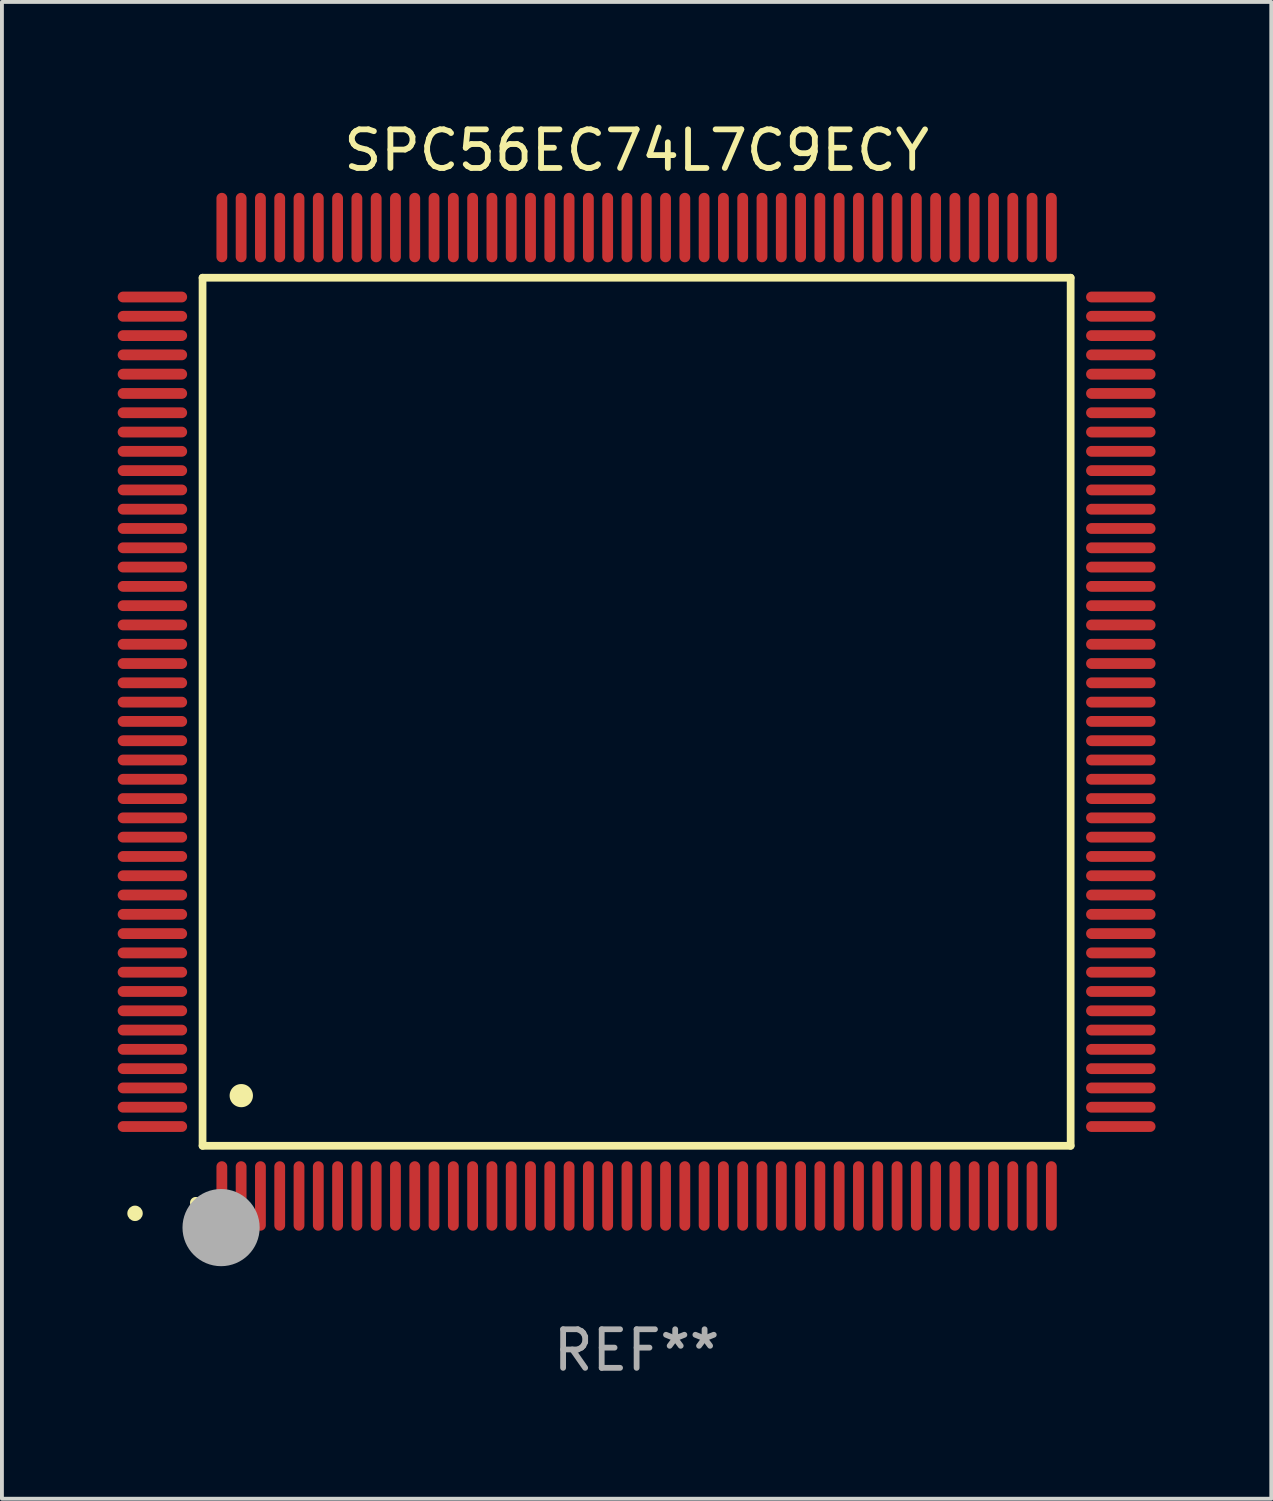
<source format=kicad_pcb>
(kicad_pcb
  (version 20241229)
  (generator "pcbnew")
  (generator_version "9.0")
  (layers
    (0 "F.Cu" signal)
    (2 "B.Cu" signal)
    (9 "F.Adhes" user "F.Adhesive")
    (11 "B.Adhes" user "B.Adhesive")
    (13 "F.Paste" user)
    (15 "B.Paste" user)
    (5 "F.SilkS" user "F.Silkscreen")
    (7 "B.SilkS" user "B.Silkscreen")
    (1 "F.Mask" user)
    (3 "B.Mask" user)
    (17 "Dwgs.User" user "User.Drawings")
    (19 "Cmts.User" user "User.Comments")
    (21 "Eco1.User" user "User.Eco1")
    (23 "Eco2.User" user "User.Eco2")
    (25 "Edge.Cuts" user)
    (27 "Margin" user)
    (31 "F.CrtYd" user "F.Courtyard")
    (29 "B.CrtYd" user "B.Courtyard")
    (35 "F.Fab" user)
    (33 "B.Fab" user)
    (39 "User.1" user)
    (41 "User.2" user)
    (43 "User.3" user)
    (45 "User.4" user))
  (footprint "SPC56EC74L7C9ECY"
    (layer "F.Cu")
    (at 13.45 15.398)
    (property "Reference" "SPC56EC74L7C9ECY" (at 0 -14.55 0) (layer "F.SilkS") (effects (font (size 1 1) (thickness 0.15))))
    (attr through_hole)
    (fp_line (start -11.25 -11.25) (end 11.25 -11.25) (stroke (width 0.2) (type solid)) (layer "F.SilkS"))
    (fp_line (start -11.25 11.25) (end -11.25 -11.25) (stroke (width 0.2) (type solid)) (layer "F.SilkS"))
    (fp_line (start 11.25 -11.25) (end 11.25 11.25) (stroke (width 0.2) (type solid)) (layer "F.SilkS"))
    (fp_line (start 11.25 11.25) (end -11.25 11.25) (stroke (width 0.2) (type solid)) (layer "F.SilkS"))
    (fp_arc (start -11.424943 12.725425) (mid -11.423673 12.72542) (end -11.422403 12.725425) (stroke (width 0.3) (type solid)) (layer "F.SilkS"))
    (fp_arc (start -10.24892 9.9492) (mid -10.24638 9.949189) (end -10.24384 9.9492) (stroke (width 0.6) (type solid)) (layer "F.SilkS"))
    (fp_circle (center -13 13) (end -12.9 13) (stroke (width 0.2) (type solid)) (fill no) (layer "F.SilkS"))
    (fp_circle (center -10.77 13.37) (end -10.27 13.37) (stroke (width 1) (type solid)) (fill no) (layer "F.Fab"))
    (fp_text user "REF**" (at 0 16.55 0) (layer "F.Fab") (effects (font (size 1 1) (thickness 0.15))))
    (pad "1" smd oval (at -10.75 12.55) (size 0.28 1.8) (layers "F.Cu" "F.Mask" "F.Paste"))
    (pad "2" smd oval (at -10.25 12.55) (size 0.28 1.8) (layers "F.Cu" "F.Mask" "F.Paste"))
    (pad "3" smd oval (at -9.75 12.55) (size 0.28 1.8) (layers "F.Cu" "F.Mask" "F.Paste"))
    (pad "4" smd oval (at -9.25 12.55) (size 0.28 1.8) (layers "F.Cu" "F.Mask" "F.Paste"))
    (pad "5" smd oval (at -8.75 12.55) (size 0.28 1.8) (layers "F.Cu" "F.Mask" "F.Paste"))
    (pad "6" smd oval (at -8.25 12.55) (size 0.28 1.8) (layers "F.Cu" "F.Mask" "F.Paste"))
    (pad "7" smd oval (at -7.75 12.55) (size 0.28 1.8) (layers "F.Cu" "F.Mask" "F.Paste"))
    (pad "8" smd oval (at -7.25 12.55) (size 0.28 1.8) (layers "F.Cu" "F.Mask" "F.Paste"))
    (pad "9" smd oval (at -6.75 12.55) (size 0.28 1.8) (layers "F.Cu" "F.Mask" "F.Paste"))
    (pad "10" smd oval (at -6.25 12.55) (size 0.28 1.8) (layers "F.Cu" "F.Mask" "F.Paste"))
    (pad "11" smd oval (at -5.75 12.55) (size 0.28 1.8) (layers "F.Cu" "F.Mask" "F.Paste"))
    (pad "12" smd oval (at -5.25 12.55) (size 0.28 1.8) (layers "F.Cu" "F.Mask" "F.Paste"))
    (pad "13" smd oval (at -4.75 12.55) (size 0.28 1.8) (layers "F.Cu" "F.Mask" "F.Paste"))
    (pad "14" smd oval (at -4.25 12.55) (size 0.28 1.8) (layers "F.Cu" "F.Mask" "F.Paste"))
    (pad "15" smd oval (at -3.75 12.55) (size 0.28 1.8) (layers "F.Cu" "F.Mask" "F.Paste"))
    (pad "16" smd oval (at -3.25 12.55) (size 0.28 1.8) (layers "F.Cu" "F.Mask" "F.Paste"))
    (pad "17" smd oval (at -2.75 12.55) (size 0.28 1.8) (layers "F.Cu" "F.Mask" "F.Paste"))
    (pad "18" smd oval (at -2.25 12.55) (size 0.28 1.8) (layers "F.Cu" "F.Mask" "F.Paste"))
    (pad "19" smd oval (at -1.75 12.55) (size 0.28 1.8) (layers "F.Cu" "F.Mask" "F.Paste"))
    (pad "20" smd oval (at -1.25 12.55) (size 0.28 1.8) (layers "F.Cu" "F.Mask" "F.Paste"))
    (pad "21" smd oval (at -0.75 12.55) (size 0.28 1.8) (layers "F.Cu" "F.Mask" "F.Paste"))
    (pad "22" smd oval (at -0.25 12.55) (size 0.28 1.8) (layers "F.Cu" "F.Mask" "F.Paste"))
    (pad "23" smd oval (at 0.25 12.55) (size 0.28 1.8) (layers "F.Cu" "F.Mask" "F.Paste"))
    (pad "24" smd oval (at 0.75 12.55) (size 0.28 1.8) (layers "F.Cu" "F.Mask" "F.Paste"))
    (pad "25" smd oval (at 1.25 12.55) (size 0.28 1.8) (layers "F.Cu" "F.Mask" "F.Paste"))
    (pad "26" smd oval (at 1.75 12.55) (size 0.28 1.8) (layers "F.Cu" "F.Mask" "F.Paste"))
    (pad "27" smd oval (at 2.25 12.55) (size 0.28 1.8) (layers "F.Cu" "F.Mask" "F.Paste"))
    (pad "28" smd oval (at 2.75 12.55) (size 0.28 1.8) (layers "F.Cu" "F.Mask" "F.Paste"))
    (pad "29" smd oval (at 3.25 12.55) (size 0.28 1.8) (layers "F.Cu" "F.Mask" "F.Paste"))
    (pad "30" smd oval (at 3.75 12.55) (size 0.28 1.8) (layers "F.Cu" "F.Mask" "F.Paste"))
    (pad "31" smd oval (at 4.25 12.55) (size 0.28 1.8) (layers "F.Cu" "F.Mask" "F.Paste"))
    (pad "32" smd oval (at 4.75 12.55) (size 0.28 1.8) (layers "F.Cu" "F.Mask" "F.Paste"))
    (pad "33" smd oval (at 5.25 12.55) (size 0.28 1.8) (layers "F.Cu" "F.Mask" "F.Paste"))
    (pad "34" smd oval (at 5.75 12.55) (size 0.28 1.8) (layers "F.Cu" "F.Mask" "F.Paste"))
    (pad "35" smd oval (at 6.25 12.55) (size 0.28 1.8) (layers "F.Cu" "F.Mask" "F.Paste"))
    (pad "36" smd oval (at 6.75 12.55) (size 0.28 1.8) (layers "F.Cu" "F.Mask" "F.Paste"))
    (pad "37" smd oval (at 7.25 12.55) (size 0.28 1.8) (layers "F.Cu" "F.Mask" "F.Paste"))
    (pad "38" smd oval (at 7.75 12.55) (size 0.28 1.8) (layers "F.Cu" "F.Mask" "F.Paste"))
    (pad "39" smd oval (at 8.25 12.55) (size 0.28 1.8) (layers "F.Cu" "F.Mask" "F.Paste"))
    (pad "40" smd oval (at 8.75 12.55) (size 0.28 1.8) (layers "F.Cu" "F.Mask" "F.Paste"))
    (pad "41" smd oval (at 9.25 12.55) (size 0.28 1.8) (layers "F.Cu" "F.Mask" "F.Paste"))
    (pad "42" smd oval (at 9.75 12.55) (size 0.28 1.8) (layers "F.Cu" "F.Mask" "F.Paste"))
    (pad "43" smd oval (at 10.25 12.55) (size 0.28 1.8) (layers "F.Cu" "F.Mask" "F.Paste"))
    (pad "44" smd oval (at 10.75 12.55) (size 0.28 1.8) (layers "F.Cu" "F.Mask" "F.Paste"))
    (pad "45" smd oval (at 12.55 10.75) (size 1.8 0.28) (layers "F.Cu" "F.Mask" "F.Paste"))
    (pad "46" smd oval (at 12.55 10.25) (size 1.8 0.28) (layers "F.Cu" "F.Mask" "F.Paste"))
    (pad "47" smd oval (at 12.55 9.75) (size 1.8 0.28) (layers "F.Cu" "F.Mask" "F.Paste"))
    (pad "48" smd oval (at 12.55 9.25) (size 1.8 0.28) (layers "F.Cu" "F.Mask" "F.Paste"))
    (pad "49" smd oval (at 12.55 8.75) (size 1.8 0.28) (layers "F.Cu" "F.Mask" "F.Paste"))
    (pad "50" smd oval (at 12.55 8.25) (size 1.8 0.28) (layers "F.Cu" "F.Mask" "F.Paste"))
    (pad "51" smd oval (at 12.55 7.75) (size 1.8 0.28) (layers "F.Cu" "F.Mask" "F.Paste"))
    (pad "52" smd oval (at 12.55 7.25) (size 1.8 0.28) (layers "F.Cu" "F.Mask" "F.Paste"))
    (pad "53" smd oval (at 12.55 6.75) (size 1.8 0.28) (layers "F.Cu" "F.Mask" "F.Paste"))
    (pad "54" smd oval (at 12.55 6.25) (size 1.8 0.28) (layers "F.Cu" "F.Mask" "F.Paste"))
    (pad "55" smd oval (at 12.55 5.75) (size 1.8 0.28) (layers "F.Cu" "F.Mask" "F.Paste"))
    (pad "56" smd oval (at 12.55 5.25) (size 1.8 0.28) (layers "F.Cu" "F.Mask" "F.Paste"))
    (pad "57" smd oval (at 12.55 4.75) (size 1.8 0.28) (layers "F.Cu" "F.Mask" "F.Paste"))
    (pad "58" smd oval (at 12.55 4.25) (size 1.8 0.28) (layers "F.Cu" "F.Mask" "F.Paste"))
    (pad "59" smd oval (at 12.55 3.75) (size 1.8 0.28) (layers "F.Cu" "F.Mask" "F.Paste"))
    (pad "60" smd oval (at 12.55 3.25) (size 1.8 0.28) (layers "F.Cu" "F.Mask" "F.Paste"))
    (pad "61" smd oval (at 12.55 2.75) (size 1.8 0.28) (layers "F.Cu" "F.Mask" "F.Paste"))
    (pad "62" smd oval (at 12.55 2.25) (size 1.8 0.28) (layers "F.Cu" "F.Mask" "F.Paste"))
    (pad "63" smd oval (at 12.55 1.75) (size 1.8 0.28) (layers "F.Cu" "F.Mask" "F.Paste"))
    (pad "64" smd oval (at 12.55 1.25) (size 1.8 0.28) (layers "F.Cu" "F.Mask" "F.Paste"))
    (pad "65" smd oval (at 12.55 0.75) (size 1.8 0.28) (layers "F.Cu" "F.Mask" "F.Paste"))
    (pad "66" smd oval (at 12.55 0.25) (size 1.8 0.28) (layers "F.Cu" "F.Mask" "F.Paste"))
    (pad "67" smd oval (at 12.55 -0.25) (size 1.8 0.28) (layers "F.Cu" "F.Mask" "F.Paste"))
    (pad "68" smd oval (at 12.55 -0.75) (size 1.8 0.28) (layers "F.Cu" "F.Mask" "F.Paste"))
    (pad "69" smd oval (at 12.55 -1.25) (size 1.8 0.28) (layers "F.Cu" "F.Mask" "F.Paste"))
    (pad "70" smd oval (at 12.55 -1.75) (size 1.8 0.28) (layers "F.Cu" "F.Mask" "F.Paste"))
    (pad "71" smd oval (at 12.55 -2.25) (size 1.8 0.28) (layers "F.Cu" "F.Mask" "F.Paste"))
    (pad "72" smd oval (at 12.55 -2.75) (size 1.8 0.28) (layers "F.Cu" "F.Mask" "F.Paste"))
    (pad "73" smd oval (at 12.55 -3.25) (size 1.8 0.28) (layers "F.Cu" "F.Mask" "F.Paste"))
    (pad "74" smd oval (at 12.55 -3.75) (size 1.8 0.28) (layers "F.Cu" "F.Mask" "F.Paste"))
    (pad "75" smd oval (at 12.55 -4.25) (size 1.8 0.28) (layers "F.Cu" "F.Mask" "F.Paste"))
    (pad "76" smd oval (at 12.55 -4.75) (size 1.8 0.28) (layers "F.Cu" "F.Mask" "F.Paste"))
    (pad "77" smd oval (at 12.55 -5.25) (size 1.8 0.28) (layers "F.Cu" "F.Mask" "F.Paste"))
    (pad "78" smd oval (at 12.55 -5.75) (size 1.8 0.28) (layers "F.Cu" "F.Mask" "F.Paste"))
    (pad "79" smd oval (at 12.55 -6.25) (size 1.8 0.28) (layers "F.Cu" "F.Mask" "F.Paste"))
    (pad "80" smd oval (at 12.55 -6.75) (size 1.8 0.28) (layers "F.Cu" "F.Mask" "F.Paste"))
    (pad "81" smd oval (at 12.55 -7.25) (size 1.8 0.28) (layers "F.Cu" "F.Mask" "F.Paste"))
    (pad "82" smd oval (at 12.55 -7.75) (size 1.8 0.28) (layers "F.Cu" "F.Mask" "F.Paste"))
    (pad "83" smd oval (at 12.55 -8.25) (size 1.8 0.28) (layers "F.Cu" "F.Mask" "F.Paste"))
    (pad "84" smd oval (at 12.55 -8.75) (size 1.8 0.28) (layers "F.Cu" "F.Mask" "F.Paste"))
    (pad "85" smd oval (at 12.55 -9.25) (size 1.8 0.28) (layers "F.Cu" "F.Mask" "F.Paste"))
    (pad "86" smd oval (at 12.55 -9.75) (size 1.8 0.28) (layers "F.Cu" "F.Mask" "F.Paste"))
    (pad "87" smd oval (at 12.55 -10.25) (size 1.8 0.28) (layers "F.Cu" "F.Mask" "F.Paste"))
    (pad "88" smd oval (at 12.55 -10.75) (size 1.8 0.28) (layers "F.Cu" "F.Mask" "F.Paste"))
    (pad "89" smd oval (at 10.75 -12.55) (size 0.28 1.8) (layers "F.Cu" "F.Mask" "F.Paste"))
    (pad "90" smd oval (at 10.25 -12.55) (size 0.28 1.8) (layers "F.Cu" "F.Mask" "F.Paste"))
    (pad "91" smd oval (at 9.75 -12.55) (size 0.28 1.8) (layers "F.Cu" "F.Mask" "F.Paste"))
    (pad "92" smd oval (at 9.25 -12.55) (size 0.28 1.8) (layers "F.Cu" "F.Mask" "F.Paste"))
    (pad "93" smd oval (at 8.75 -12.55) (size 0.28 1.8) (layers "F.Cu" "F.Mask" "F.Paste"))
    (pad "94" smd oval (at 8.25 -12.55) (size 0.28 1.8) (layers "F.Cu" "F.Mask" "F.Paste"))
    (pad "95" smd oval (at 7.75 -12.55) (size 0.28 1.8) (layers "F.Cu" "F.Mask" "F.Paste"))
    (pad "96" smd oval (at 7.25 -12.55) (size 0.28 1.8) (layers "F.Cu" "F.Mask" "F.Paste"))
    (pad "97" smd oval (at 6.75 -12.55) (size 0.28 1.8) (layers "F.Cu" "F.Mask" "F.Paste"))
    (pad "98" smd oval (at 6.25 -12.55) (size 0.28 1.8) (layers "F.Cu" "F.Mask" "F.Paste"))
    (pad "99" smd oval (at 5.75 -12.55) (size 0.28 1.8) (layers "F.Cu" "F.Mask" "F.Paste"))
    (pad "100" smd oval (at 5.25 -12.55) (size 0.28 1.8) (layers "F.Cu" "F.Mask" "F.Paste"))
    (pad "101" smd oval (at 4.75 -12.55) (size 0.28 1.8) (layers "F.Cu" "F.Mask" "F.Paste"))
    (pad "102" smd oval (at 4.25 -12.55) (size 0.28 1.8) (layers "F.Cu" "F.Mask" "F.Paste"))
    (pad "103" smd oval (at 3.75 -12.55) (size 0.28 1.8) (layers "F.Cu" "F.Mask" "F.Paste"))
    (pad "104" smd oval (at 3.25 -12.55) (size 0.28 1.8) (layers "F.Cu" "F.Mask" "F.Paste"))
    (pad "105" smd oval (at 2.75 -12.55) (size 0.28 1.8) (layers "F.Cu" "F.Mask" "F.Paste"))
    (pad "106" smd oval (at 2.25 -12.55) (size 0.28 1.8) (layers "F.Cu" "F.Mask" "F.Paste"))
    (pad "107" smd oval (at 1.75 -12.55) (size 0.28 1.8) (layers "F.Cu" "F.Mask" "F.Paste"))
    (pad "108" smd oval (at 1.25 -12.55) (size 0.28 1.8) (layers "F.Cu" "F.Mask" "F.Paste"))
    (pad "109" smd oval (at 0.75 -12.55) (size 0.28 1.8) (layers "F.Cu" "F.Mask" "F.Paste"))
    (pad "110" smd oval (at 0.25 -12.55) (size 0.28 1.8) (layers "F.Cu" "F.Mask" "F.Paste"))
    (pad "111" smd oval (at -0.25 -12.55) (size 0.28 1.8) (layers "F.Cu" "F.Mask" "F.Paste"))
    (pad "112" smd oval (at -0.75 -12.55) (size 0.28 1.8) (layers "F.Cu" "F.Mask" "F.Paste"))
    (pad "113" smd oval (at -1.25 -12.55) (size 0.28 1.8) (layers "F.Cu" "F.Mask" "F.Paste"))
    (pad "114" smd oval (at -1.75 -12.55) (size 0.28 1.8) (layers "F.Cu" "F.Mask" "F.Paste"))
    (pad "115" smd oval (at -2.25 -12.55) (size 0.28 1.8) (layers "F.Cu" "F.Mask" "F.Paste"))
    (pad "116" smd oval (at -2.75 -12.55) (size 0.28 1.8) (layers "F.Cu" "F.Mask" "F.Paste"))
    (pad "117" smd oval (at -3.25 -12.55) (size 0.28 1.8) (layers "F.Cu" "F.Mask" "F.Paste"))
    (pad "118" smd oval (at -3.75 -12.55) (size 0.28 1.8) (layers "F.Cu" "F.Mask" "F.Paste"))
    (pad "119" smd oval (at -4.25 -12.55) (size 0.28 1.8) (layers "F.Cu" "F.Mask" "F.Paste"))
    (pad "120" smd oval (at -4.75 -12.55) (size 0.28 1.8) (layers "F.Cu" "F.Mask" "F.Paste"))
    (pad "121" smd oval (at -5.25 -12.55) (size 0.28 1.8) (layers "F.Cu" "F.Mask" "F.Paste"))
    (pad "122" smd oval (at -5.75 -12.55) (size 0.28 1.8) (layers "F.Cu" "F.Mask" "F.Paste"))
    (pad "123" smd oval (at -6.25 -12.55) (size 0.28 1.8) (layers "F.Cu" "F.Mask" "F.Paste"))
    (pad "124" smd oval (at -6.75 -12.55) (size 0.28 1.8) (layers "F.Cu" "F.Mask" "F.Paste"))
    (pad "125" smd oval (at -7.25 -12.55) (size 0.28 1.8) (layers "F.Cu" "F.Mask" "F.Paste"))
    (pad "126" smd oval (at -7.75 -12.55) (size 0.28 1.8) (layers "F.Cu" "F.Mask" "F.Paste"))
    (pad "127" smd oval (at -8.25 -12.55) (size 0.28 1.8) (layers "F.Cu" "F.Mask" "F.Paste"))
    (pad "128" smd oval (at -8.75 -12.55) (size 0.28 1.8) (layers "F.Cu" "F.Mask" "F.Paste"))
    (pad "129" smd oval (at -9.25 -12.55) (size 0.28 1.8) (layers "F.Cu" "F.Mask" "F.Paste"))
    (pad "130" smd oval (at -9.75 -12.55) (size 0.28 1.8) (layers "F.Cu" "F.Mask" "F.Paste"))
    (pad "131" smd oval (at -10.25 -12.55) (size 0.28 1.8) (layers "F.Cu" "F.Mask" "F.Paste"))
    (pad "132" smd oval (at -10.75 -12.55) (size 0.28 1.8) (layers "F.Cu" "F.Mask" "F.Paste"))
    (pad "133" smd oval (at -12.55 -10.75) (size 1.8 0.28) (layers "F.Cu" "F.Mask" "F.Paste"))
    (pad "134" smd oval (at -12.55 -10.25) (size 1.8 0.28) (layers "F.Cu" "F.Mask" "F.Paste"))
    (pad "135" smd oval (at -12.55 -9.75) (size 1.8 0.28) (layers "F.Cu" "F.Mask" "F.Paste"))
    (pad "136" smd oval (at -12.55 -9.25) (size 1.8 0.28) (layers "F.Cu" "F.Mask" "F.Paste"))
    (pad "137" smd oval (at -12.55 -8.75) (size 1.8 0.28) (layers "F.Cu" "F.Mask" "F.Paste"))
    (pad "138" smd oval (at -12.55 -8.25) (size 1.8 0.28) (layers "F.Cu" "F.Mask" "F.Paste"))
    (pad "139" smd oval (at -12.55 -7.75) (size 1.8 0.28) (layers "F.Cu" "F.Mask" "F.Paste"))
    (pad "140" smd oval (at -12.55 -7.25) (size 1.8 0.28) (layers "F.Cu" "F.Mask" "F.Paste"))
    (pad "141" smd oval (at -12.55 -6.75) (size 1.8 0.28) (layers "F.Cu" "F.Mask" "F.Paste"))
    (pad "142" smd oval (at -12.55 -6.25) (size 1.8 0.28) (layers "F.Cu" "F.Mask" "F.Paste"))
    (pad "143" smd oval (at -12.55 -5.75) (size 1.8 0.28) (layers "F.Cu" "F.Mask" "F.Paste"))
    (pad "144" smd oval (at -12.55 -5.25) (size 1.8 0.28) (layers "F.Cu" "F.Mask" "F.Paste"))
    (pad "145" smd oval (at -12.55 -4.75) (size 1.8 0.28) (layers "F.Cu" "F.Mask" "F.Paste"))
    (pad "146" smd oval (at -12.55 -4.25) (size 1.8 0.28) (layers "F.Cu" "F.Mask" "F.Paste"))
    (pad "147" smd oval (at -12.55 -3.75) (size 1.8 0.28) (layers "F.Cu" "F.Mask" "F.Paste"))
    (pad "148" smd oval (at -12.55 -3.25) (size 1.8 0.28) (layers "F.Cu" "F.Mask" "F.Paste"))
    (pad "149" smd oval (at -12.55 -2.75) (size 1.8 0.28) (layers "F.Cu" "F.Mask" "F.Paste"))
    (pad "150" smd oval (at -12.55 -2.25) (size 1.8 0.28) (layers "F.Cu" "F.Mask" "F.Paste"))
    (pad "151" smd oval (at -12.55 -1.75) (size 1.8 0.28) (layers "F.Cu" "F.Mask" "F.Paste"))
    (pad "152" smd oval (at -12.55 -1.25) (size 1.8 0.28) (layers "F.Cu" "F.Mask" "F.Paste"))
    (pad "153" smd oval (at -12.55 -0.75) (size 1.8 0.28) (layers "F.Cu" "F.Mask" "F.Paste"))
    (pad "154" smd oval (at -12.55 -0.25) (size 1.8 0.28) (layers "F.Cu" "F.Mask" "F.Paste"))
    (pad "155" smd oval (at -12.55 0.25) (size 1.8 0.28) (layers "F.Cu" "F.Mask" "F.Paste"))
    (pad "156" smd oval (at -12.55 0.75) (size 1.8 0.28) (layers "F.Cu" "F.Mask" "F.Paste"))
    (pad "157" smd oval (at -12.55 1.25) (size 1.8 0.28) (layers "F.Cu" "F.Mask" "F.Paste"))
    (pad "158" smd oval (at -12.55 1.75) (size 1.8 0.28) (layers "F.Cu" "F.Mask" "F.Paste"))
    (pad "159" smd oval (at -12.55 2.25) (size 1.8 0.28) (layers "F.Cu" "F.Mask" "F.Paste"))
    (pad "160" smd oval (at -12.55 2.75) (size 1.8 0.28) (layers "F.Cu" "F.Mask" "F.Paste"))
    (pad "161" smd oval (at -12.55 3.25) (size 1.8 0.28) (layers "F.Cu" "F.Mask" "F.Paste"))
    (pad "162" smd oval (at -12.55 3.75) (size 1.8 0.28) (layers "F.Cu" "F.Mask" "F.Paste"))
    (pad "163" smd oval (at -12.55 4.25) (size 1.8 0.28) (layers "F.Cu" "F.Mask" "F.Paste"))
    (pad "164" smd oval (at -12.55 4.75) (size 1.8 0.28) (layers "F.Cu" "F.Mask" "F.Paste"))
    (pad "165" smd oval (at -12.55 5.25) (size 1.8 0.28) (layers "F.Cu" "F.Mask" "F.Paste"))
    (pad "166" smd oval (at -12.55 5.75) (size 1.8 0.28) (layers "F.Cu" "F.Mask" "F.Paste"))
    (pad "167" smd oval (at -12.55 6.25) (size 1.8 0.28) (layers "F.Cu" "F.Mask" "F.Paste"))
    (pad "168" smd oval (at -12.55 6.75) (size 1.8 0.28) (layers "F.Cu" "F.Mask" "F.Paste"))
    (pad "169" smd oval (at -12.55 7.25) (size 1.8 0.28) (layers "F.Cu" "F.Mask" "F.Paste"))
    (pad "170" smd oval (at -12.55 7.75) (size 1.8 0.28) (layers "F.Cu" "F.Mask" "F.Paste"))
    (pad "171" smd oval (at -12.55 8.25) (size 1.8 0.28) (layers "F.Cu" "F.Mask" "F.Paste"))
    (pad "172" smd oval (at -12.55 8.75) (size 1.8 0.28) (layers "F.Cu" "F.Mask" "F.Paste"))
    (pad "173" smd oval (at -12.55 9.25) (size 1.8 0.28) (layers "F.Cu" "F.Mask" "F.Paste"))
    (pad "174" smd oval (at -12.55 9.75) (size 1.8 0.28) (layers "F.Cu" "F.Mask" "F.Paste"))
    (pad "175" smd oval (at -12.55 10.25) (size 1.8 0.28) (layers "F.Cu" "F.Mask" "F.Paste"))
    (pad "176" smd oval (at -12.55 10.75) (size 1.8 0.28) (layers "F.Cu" "F.Mask" "F.Paste")))
  (gr_rect
    (start -3 -3)
    (end 29.9 35.796)
    (stroke (width 0.1) (type default))
    (fill no)
    (layer "Edge.Cuts")))
</source>
